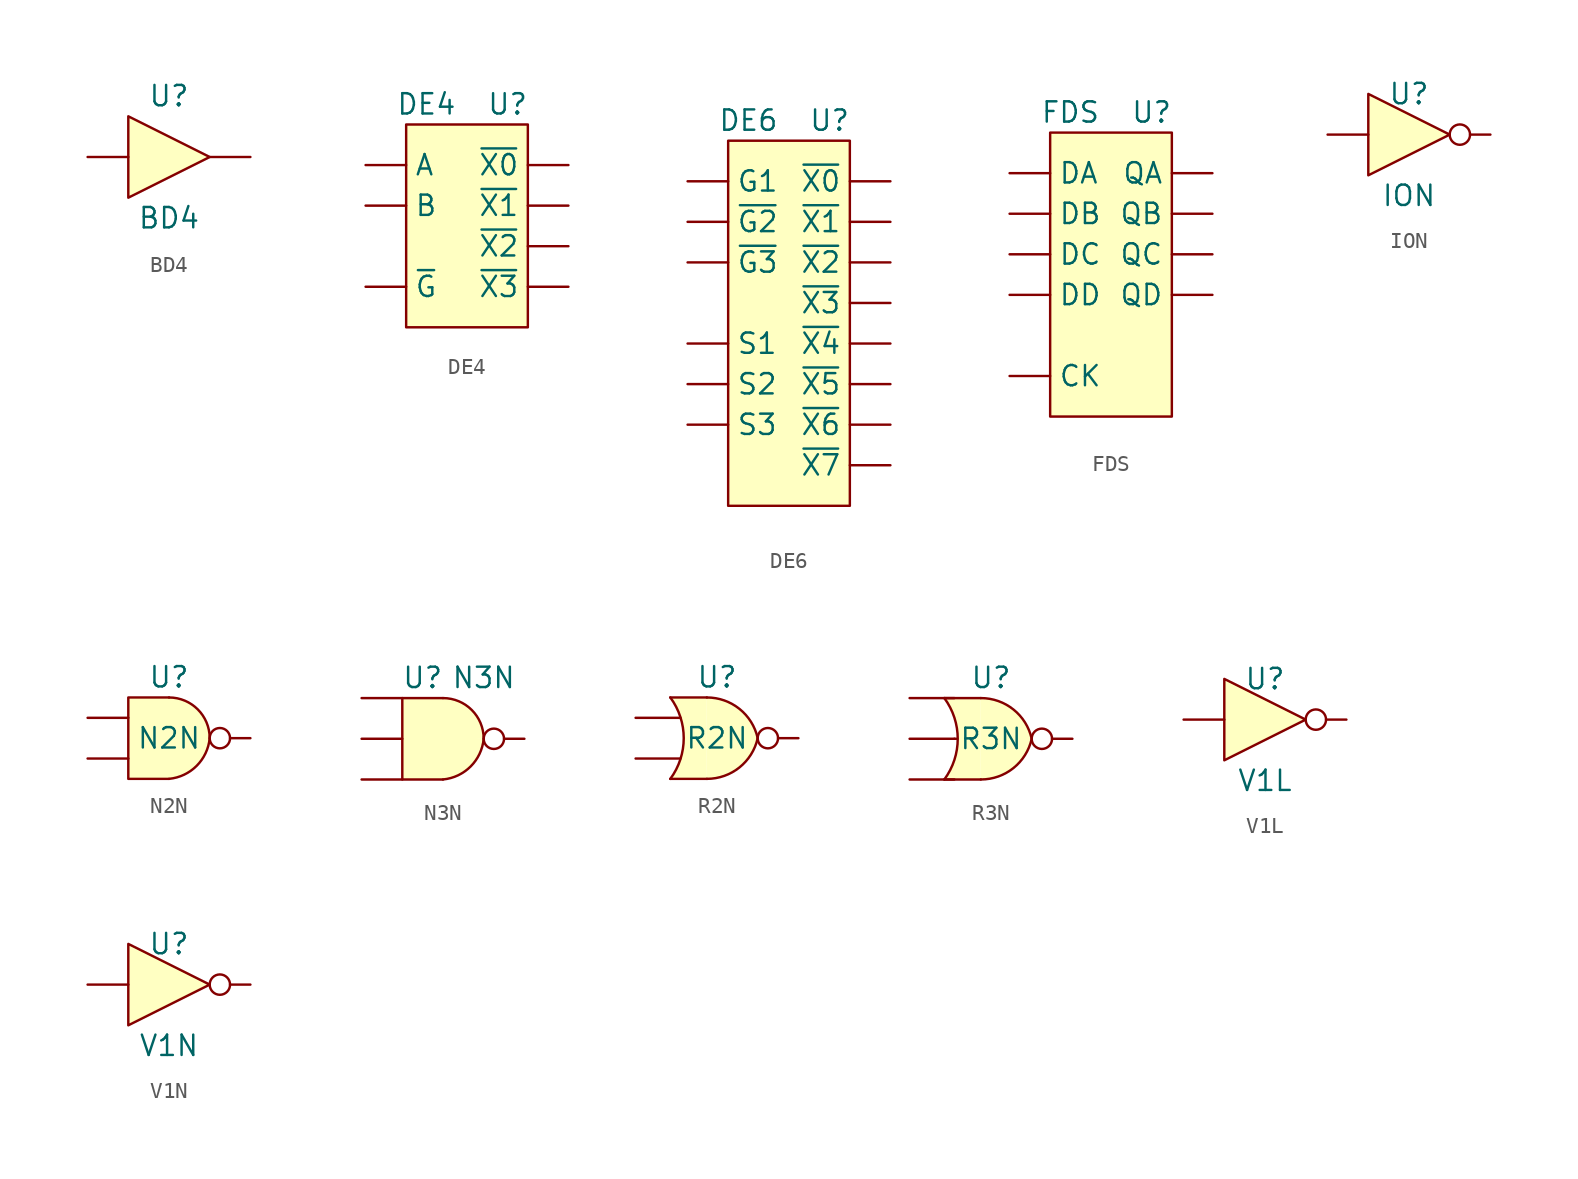
<source format=kicad_sym>
(kicad_symbol_lib
  (version 20231120)
  (generator "kicad_symbol_editor")
  (generator_version "8.0")
  (symbol "BD4"
    (pin_numbers hide)
    (property "Reference" "U"
      (at 0 3.81 0)
      (effects (font (size 1.27 1.27))))
    (property "Value" "BD4"
      (at 0 -3.81 0)
      (effects (font (size 1.27 1.27))))
    (symbol "BD4_1_1"
      (polyline (pts (xy -2.54 2.54) (xy -2.54 -2.54) (xy 2.54 0) (xy -2.54 2.54)) (stroke (width 0) (type default)) (fill (type background)))
      (pin input line (at -5.08 0 0) (length 2.54) (name "" (effects (font (size 1.27 1.27)))) (number "1" (effects (font (size 1.27 1.27)))))
      (pin output line (at 5.08 0 180) (length 2.54) (name "" (effects (font (size 1.27 1.27)))) (number "2" (effects (font (size 1.27 1.27)))))))
  (symbol "DE4"
    (pin_numbers hide)
    (property "Reference" "U"
      (at 2.54 7.62 0)
      (effects (font (size 1.27 1.27))))
    (property "Value" "DE4"
      (at -2.54 7.62 0)
      (effects (font (size 1.27 1.27))))
    (symbol "DE4_1_1"
      (rectangle (start -3.81 6.35) (end 3.81 -6.35) (stroke (width 0) (type default)) (fill (type background)))
      (pin input line (at -6.35 3.81 0) (length 2.54) (name "A" (effects (font (size 1.27 1.27)))) (number "1" (effects (font (size 1.27 1.27)))))
      (pin input line (at -6.35 1.27 0) (length 2.54) (name "B" (effects (font (size 1.27 1.27)))) (number "2" (effects (font (size 1.27 1.27)))))
      (pin input line (at -6.35 -3.81 0) (length 2.54) (name "~{G}" (effects (font (size 1.27 1.27)))) (number "3" (effects (font (size 1.27 1.27)))))
      (pin output line (at 6.35 3.81 180) (length 2.54) (name "~{X0}" (effects (font (size 1.27 1.27)))) (number "4" (effects (font (size 1.27 1.27)))))
      (pin output line (at 6.35 1.27 180) (length 2.54) (name "~{X1}" (effects (font (size 1.27 1.27)))) (number "5" (effects (font (size 1.27 1.27)))))
      (pin output line (at 6.35 -1.27 180) (length 2.54) (name "~{X2}" (effects (font (size 1.27 1.27)))) (number "6" (effects (font (size 1.27 1.27)))))
      (pin output line (at 6.35 -3.81 180) (length 2.54) (name "~{X3}" (effects (font (size 1.27 1.27)))) (number "7" (effects (font (size 1.27 1.27)))))))
  (symbol "DE6"
    (pin_numbers hide)
    (property "Reference" "U"
      (at 2.54 12.7 0)
      (effects (font (size 1.27 1.27))))
    (property "Value" "DE6"
      (at -2.54 12.7 0)
      (effects (font (size 1.27 1.27))))
    (symbol "DE6_1_1"
      (rectangle (start -3.81 11.43) (end 3.81 -11.43) (stroke (width 0) (type default)) (fill (type background)))
      (pin input line (at -6.35 8.89 0) (length 2.54) (name "G1" (effects (font (size 1.27 1.27)))) (number "1" (effects (font (size 1.27 1.27)))))
      (pin output line (at 6.35 1.27 180) (length 2.54) (name "~{X3}" (effects (font (size 1.27 1.27)))) (number "10" (effects (font (size 1.27 1.27)))))
      (pin output line (at 6.35 -1.27 180) (length 2.54) (name "~{X4}" (effects (font (size 1.27 1.27)))) (number "11" (effects (font (size 1.27 1.27)))))
      (pin output line (at 6.35 -3.81 180) (length 2.54) (name "~{X5}" (effects (font (size 1.27 1.27)))) (number "12" (effects (font (size 1.27 1.27)))))
      (pin output line (at 6.35 -6.35 180) (length 2.54) (name "~{X6}" (effects (font (size 1.27 1.27)))) (number "13" (effects (font (size 1.27 1.27)))))
      (pin output line (at 6.35 -8.89 180) (length 2.54) (name "~{X7}" (effects (font (size 1.27 1.27)))) (number "14" (effects (font (size 1.27 1.27)))))
      (pin input line (at -6.35 6.35 0) (length 2.54) (name "~{G2}" (effects (font (size 1.27 1.27)))) (number "2" (effects (font (size 1.27 1.27)))))
      (pin input line (at -6.35 3.81 0) (length 2.54) (name "~{G3}" (effects (font (size 1.27 1.27)))) (number "3" (effects (font (size 1.27 1.27)))))
      (pin input line (at -6.35 -1.27 0) (length 2.54) (name "S1" (effects (font (size 1.27 1.27)))) (number "4" (effects (font (size 1.27 1.27)))))
      (pin input line (at -6.35 -3.81 0) (length 2.54) (name "S2" (effects (font (size 1.27 1.27)))) (number "5" (effects (font (size 1.27 1.27)))))
      (pin input line (at -6.35 -6.35 0) (length 2.54) (name "S3" (effects (font (size 1.27 1.27)))) (number "6" (effects (font (size 1.27 1.27)))))
      (pin output line (at 6.35 8.89 180) (length 2.54) (name "~{X0}" (effects (font (size 1.27 1.27)))) (number "7" (effects (font (size 1.27 1.27)))))
      (pin output line (at 6.35 6.35 180) (length 2.54) (name "~{X1}" (effects (font (size 1.27 1.27)))) (number "8" (effects (font (size 1.27 1.27)))))
      (pin output line (at 6.35 3.81 180) (length 2.54) (name "~{X2}" (effects (font (size 1.27 1.27)))) (number "9" (effects (font (size 1.27 1.27)))))))
  (symbol "FDS"
    (pin_numbers hide)
    (property "Reference" "U"
      (at 2.54 10.16 0)
      (effects (font (size 1.27 1.27))))
    (property "Value" "FDS"
      (at -2.54 10.16 0)
      (effects (font (size 1.27 1.27))))
    (symbol "FDS_1_1"
      (rectangle (start -3.81 8.89) (end 3.81 -8.89) (stroke (width 0) (type default)) (fill (type background)))
      (pin input line (at -6.35 6.35 0) (length 2.54) (name "DA" (effects (font (size 1.27 1.27)))) (number "1" (effects (font (size 1.27 1.27)))))
      (pin input line (at -6.35 3.81 0) (length 2.54) (name "DB" (effects (font (size 1.27 1.27)))) (number "2" (effects (font (size 1.27 1.27)))))
      (pin input line (at -6.35 1.27 0) (length 2.54) (name "DC" (effects (font (size 1.27 1.27)))) (number "3" (effects (font (size 1.27 1.27)))))
      (pin input line (at -6.35 -1.27 0) (length 2.54) (name "DD" (effects (font (size 1.27 1.27)))) (number "4" (effects (font (size 1.27 1.27)))))
      (pin input line (at -6.35 -6.35 0) (length 2.54) (name "CK" (effects (font (size 1.27 1.27)))) (number "5" (effects (font (size 1.27 1.27)))))
      (pin output line (at 6.35 6.35 180) (length 2.54) (name "QA" (effects (font (size 1.27 1.27)))) (number "6" (effects (font (size 1.27 1.27)))))
      (pin output line (at 6.35 3.81 180) (length 2.54) (name "QB" (effects (font (size 1.27 1.27)))) (number "7" (effects (font (size 1.27 1.27)))))
      (pin output line (at 6.35 1.27 180) (length 2.54) (name "QC" (effects (font (size 1.27 1.27)))) (number "8" (effects (font (size 1.27 1.27)))))
      (pin output line (at 6.35 -1.27 180) (length 2.54) (name "QD" (effects (font (size 1.27 1.27)))) (number "9" (effects (font (size 1.27 1.27)))))))
  (symbol "ION"
    (pin_numbers hide)
    (property "Reference" "U"
      (at 0 2.54 0)
      (effects (font (size 1.27 1.27))))
    (property "Value" "ION"
      (at 0 -3.81 0)
      (effects (font (size 1.27 1.27))))
    (symbol "ION_1_1"
      (polyline (pts (xy -2.54 2.54) (xy -2.54 -2.54) (xy 2.54 0) (xy -2.54 2.54)) (stroke (width 0) (type default)) (fill (type background)))
      (pin input line (at -5.08 0 0) (length 2.54) (name "" (effects (font (size 1.27 1.27)))) (number "1" (effects (font (size 1.27 1.27)))))
      (pin output inverted (at 5.08 0 180) (length 2.54) (name "" (effects (font (size 1.27 1.27)))) (number "2" (effects (font (size 1.27 1.27)))))))
  (symbol "N2N"
    (pin_numbers hide)
    (property "Reference" "U"
      (at 0 3.81 0)
      (effects (font (size 1.27 1.27))))
    (property "Value" "N2N"
      (at 0 0 0)
      (effects (font (size 1.27 1.27))))
    (symbol "N2N_1_1"
      (arc (start 0 -2.54) (mid 1.7263 -1.7263) (end 2.54 0) (stroke (width 0) (type default)) (fill (type background)))
      (polyline (pts (xy 0 2.54) (xy -2.54 2.54) (xy -2.54 -2.54) (xy 0 -2.54)) (stroke (width 0) (type default)) (fill (type background)))
      (arc (start 2.54 0) (mid 1.7961 1.7961) (end 0 2.54) (stroke (width 0) (type default)) (fill (type background)))
      (pin input line (at -5.08 1.27 0) (length 2.54) (name "" (effects (font (size 1.27 1.27)))) (number "1" (effects (font (size 1.27 1.27)))))
      (pin input line (at -5.08 -1.27 0) (length 2.54) (name "" (effects (font (size 1.27 1.27)))) (number "2" (effects (font (size 1.27 1.27)))))
      (pin output inverted (at 5.08 0 180) (length 2.54) (name "" (effects (font (size 1.27 1.27)))) (number "3" (effects (font (size 1.27 1.27)))))))
  (symbol "N3N"
    (pin_numbers hide)
    (property "Reference" "U"
      (at -1.27 3.81 0)
      (effects (font (size 1.27 1.27))))
    (property "Value" "N3N"
      (at 2.54 3.81 0)
      (effects (font (size 1.27 1.27))))
    (symbol "N3N_1_1"
      (arc (start 0 -2.54) (mid 1.7263 -1.7263) (end 2.54 0) (stroke (width 0) (type default)) (fill (type background)))
      (polyline (pts (xy 0 2.54) (xy -2.54 2.54) (xy -2.54 -2.54) (xy 0 -2.54)) (stroke (width 0) (type default)) (fill (type background)))
      (arc (start 2.54 0) (mid 1.7961 1.7961) (end 0 2.54) (stroke (width 0) (type default)) (fill (type background)))
      (pin input line (at -5.08 2.54 0) (length 2.54) (name "" (effects (font (size 1.27 1.27)))) (number "1" (effects (font (size 1.27 1.27)))))
      (pin input line (at -5.08 0 0) (length 2.54) (name "" (effects (font (size 1.27 1.27)))) (number "2" (effects (font (size 1.27 1.27)))))
      (pin input line (at -5.08 -2.54 0) (length 2.54) (name "" (effects (font (size 1.27 1.27)))) (number "3" (effects (font (size 1.27 1.27)))))
      (pin output inverted (at 5.08 0 180) (length 2.54) (name "" (effects (font (size 1.27 1.27)))) (number "4" (effects (font (size 1.27 1.27)))))))
  (symbol "R2N"
    (pin_numbers hide)
    (property "Reference" "U"
      (at 0 3.81 0)
      (effects (font (size 1.27 1.27))))
    (property "Value" "R2N"
      (at 0 0 0)
      (effects (font (size 1.27 1.27))))
    (symbol "R2N_1_1"
      (arc (start -2.9127 -2.5398) (mid -2.0762 0.0001) (end -2.9129 2.54) (stroke (width 0) (type default)) (fill (type none)))
      (arc (start -0.635 -2.54) (mid 1.3992 -1.8283) (end 2.54 0) (stroke (width 0) (type default)) (fill (type background)))
      (polyline (pts (xy -0.635 -2.54) (xy -2.921 -2.54)) (stroke (width 0) (type default)) (fill (type outline)))
      (polyline (pts (xy -0.635 2.54) (xy -2.921 2.54)) (stroke (width 0) (type default)) (fill (type background)))
      (polyline (pts (xy -0.635 2.54) (xy -2.921 2.54) (xy -2.54 1.905) (xy -2.286 1.27) (xy -2.159 0.762) (xy -2.108 0.457) (xy -2.083 0.178) (xy -2.083 -0.127) (xy -2.134 -0.66) (xy -2.21 -1.016) (xy -2.311 -1.372) (xy -2.438 -1.676) (xy -2.616 -2.057) (xy -2.794 -2.337) (xy -2.921 -2.54) (xy -0.635 -2.54)) (stroke (width -0.0001) (type default)) (fill (type background)))
      (arc (start 2.54 0) (mid 1.3994 1.8287) (end -0.635 2.54) (stroke (width 0) (type default)) (fill (type background)))
      (pin input line (at -5.08 1.27 0) (length 2.794) (name "" (effects (font (size 1.27 1.27)))) (number "1" (effects (font (size 1.27 1.27)))))
      (pin input line (at -5.08 -1.27 0) (length 2.794) (name "" (effects (font (size 1.27 1.27)))) (number "2" (effects (font (size 1.27 1.27)))))
      (pin output inverted (at 5.08 0 180) (length 2.54) (name "" (effects (font (size 1.27 1.27)))) (number "3" (effects (font (size 1.27 1.27)))))))
  (symbol "R3N"
    (pin_numbers hide)
    (property "Reference" "U"
      (at 0 3.81 0)
      (effects (font (size 1.27 1.27))))
    (property "Value" "R3N"
      (at 0 0 0)
      (effects (font (size 1.27 1.27))))
    (symbol "R3N_0_1"
      (polyline (pts (xy -2.286 0) (xy -2.159 0)) (stroke (width 0) (type default)) (fill (type none))))
    (symbol "R3N_1_1"
      (arc (start -2.9127 -2.5398) (mid -2.0762 0.0001) (end -2.9129 2.54) (stroke (width 0) (type default)) (fill (type none)))
      (arc (start -0.635 -2.54) (mid 1.3992 -1.8283) (end 2.54 0) (stroke (width 0) (type default)) (fill (type background)))
      (polyline (pts (xy -0.635 -2.54) (xy -2.921 -2.54)) (stroke (width 0) (type default)) (fill (type outline)))
      (polyline (pts (xy -0.635 2.54) (xy -2.921 2.54)) (stroke (width 0) (type default)) (fill (type background)))
      (polyline (pts (xy -0.635 2.54) (xy -2.921 2.54) (xy -2.54 1.905) (xy -2.286 1.27) (xy -2.159 0.762) (xy -2.108 0.457) (xy -2.083 0.178) (xy -2.083 -0.127) (xy -2.134 -0.66) (xy -2.21 -1.016) (xy -2.311 -1.372) (xy -2.438 -1.676) (xy -2.616 -2.057) (xy -2.794 -2.337) (xy -2.921 -2.54) (xy -0.635 -2.54)) (stroke (width -0.0001) (type default)) (fill (type background)))
      (arc (start 2.54 0) (mid 1.3994 1.8287) (end -0.635 2.54) (stroke (width 0) (type default)) (fill (type background)))
      (pin input line (at -5.08 2.54 0) (length 2.794) (name "" (effects (font (size 1.27 1.27)))) (number "1" (effects (font (size 1.27 1.27)))))
      (pin input line (at -5.08 0 0) (length 2.794) (name "" (effects (font (size 1.27 1.27)))) (number "2" (effects (font (size 1.27 1.27)))))
      (pin input line (at -5.08 -2.54 0) (length 2.794) (name "" (effects (font (size 1.27 1.27)))) (number "3" (effects (font (size 1.27 1.27)))))
      (pin output inverted (at 5.08 0 180) (length 2.54) (name "" (effects (font (size 1.27 1.27)))) (number "4" (effects (font (size 1.27 1.27)))))))
  (symbol "V1L"
    (pin_numbers hide)
    (property "Reference" "U"
      (at 0 2.54 0)
      (effects (font (size 1.27 1.27))))
    (property "Value" "V1L"
      (at 0 -3.81 0)
      (effects (font (size 1.27 1.27))))
    (symbol "V1L_1_1"
      (polyline (pts (xy -2.54 2.54) (xy -2.54 -2.54) (xy 2.54 0) (xy -2.54 2.54)) (stroke (width 0) (type default)) (fill (type background)))
      (pin input line (at -5.08 0 0) (length 2.54) (name "" (effects (font (size 1.27 1.27)))) (number "1" (effects (font (size 1.27 1.27)))))
      (pin output inverted (at 5.08 0 180) (length 2.54) (name "" (effects (font (size 1.27 1.27)))) (number "2" (effects (font (size 1.27 1.27)))))))
  (symbol "V1N"
    (pin_numbers hide)
    (property "Reference" "U"
      (at 0 2.54 0)
      (effects (font (size 1.27 1.27))))
    (property "Value" "V1N"
      (at 0 -3.81 0)
      (effects (font (size 1.27 1.27))))
    (symbol "V1N_1_1"
      (polyline (pts (xy -2.54 2.54) (xy -2.54 -2.54) (xy 2.54 0) (xy -2.54 2.54)) (stroke (width 0) (type default)) (fill (type background)))
      (pin input line (at -5.08 0 0) (length 2.54) (name "" (effects (font (size 1.27 1.27)))) (number "1" (effects (font (size 1.27 1.27)))))
      (pin output inverted (at 5.08 0 180) (length 2.54) (name "" (effects (font (size 1.27 1.27)))) (number "2" (effects (font (size 1.27 1.27))))))))
</source>
